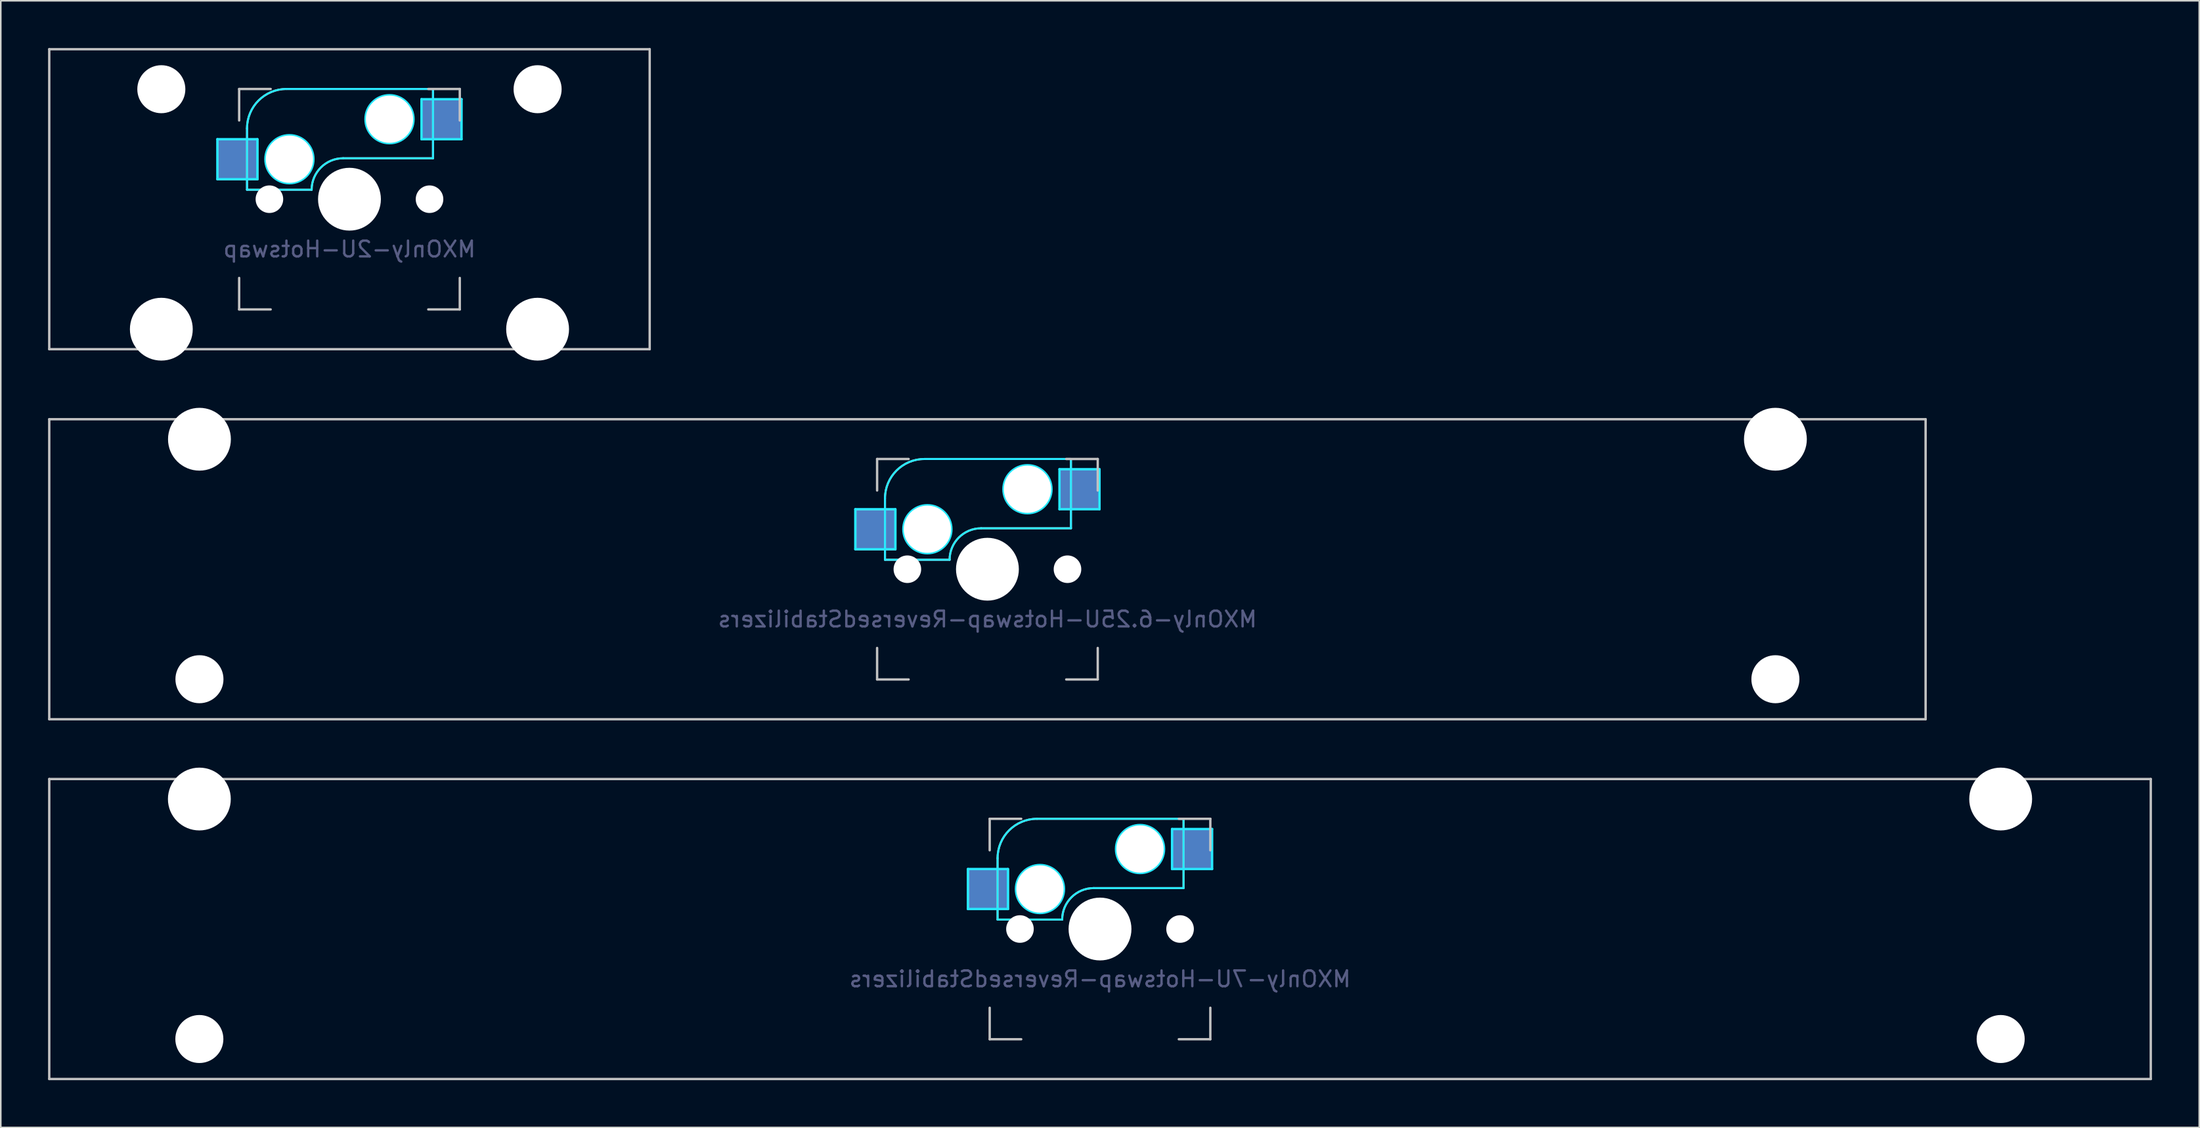
<source format=kicad_pcb>
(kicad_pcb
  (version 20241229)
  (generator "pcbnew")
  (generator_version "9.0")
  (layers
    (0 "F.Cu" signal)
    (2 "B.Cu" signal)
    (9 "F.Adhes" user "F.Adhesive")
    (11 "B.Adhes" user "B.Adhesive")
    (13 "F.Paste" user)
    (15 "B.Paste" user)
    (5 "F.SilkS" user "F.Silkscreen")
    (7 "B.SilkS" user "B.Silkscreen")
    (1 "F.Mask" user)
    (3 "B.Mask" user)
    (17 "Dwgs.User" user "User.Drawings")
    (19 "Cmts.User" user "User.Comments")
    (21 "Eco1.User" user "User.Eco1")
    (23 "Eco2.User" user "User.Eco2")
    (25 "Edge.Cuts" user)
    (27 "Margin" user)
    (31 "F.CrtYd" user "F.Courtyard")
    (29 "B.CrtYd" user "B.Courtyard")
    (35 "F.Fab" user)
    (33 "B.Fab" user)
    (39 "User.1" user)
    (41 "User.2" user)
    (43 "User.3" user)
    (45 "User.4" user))
  (footprint "MXOnly-6.25U-Hotswap-ReversedStabilizers"
    (layer "F.Cu")
    (at 59.606 33.098)
    (property "Reference" "MXOnly-6.25U-Hotswap-ReversedStabilizers" (at 0 3.175 0) (layer "B.Fab") (effects (font (size 1 1) (thickness 0.15)) (justify mirror)))
    (attr smd)
    (fp_line (start -6.5 -4.5) (end -6.5 -0.6) (stroke (width 0.127) (type solid)) (layer "B.SilkS"))
    (fp_line (start -6.5 -0.6) (end -2.4 -0.6) (stroke (width 0.127) (type solid)) (layer "B.SilkS"))
    (fp_line (start -0.4 -2.6) (end 5.3 -2.6) (stroke (width 0.127) (type solid)) (layer "B.SilkS"))
    (fp_line (start 5.3 -7) (end -4 -7) (stroke (width 0.127) (type solid)) (layer "B.SilkS"))
    (fp_line (start 5.3 -7) (end 5.3 -2.6) (stroke (width 0.127) (type solid)) (layer "B.SilkS"))
    (fp_rect (start -8.36 -3.79) (end -5.82 -1.25) (stroke (width 0.1) (type default)) (fill no) (layer "B.SilkS"))
    (fp_rect (start 7.112 -6.35) (end 4.572 -3.81) (stroke (width 0.1) (type default)) (fill no) (layer "B.SilkS"))
    (fp_arc (start -6.500002 -4.499998) (mid -5.76777 -6.267766) (end -4.000002 -6.999998) (stroke (width 0.127) (type solid)) (layer "B.SilkS"))
    (fp_arc (start -2.4 -0.6) (mid -1.814214 -2.014214) (end -0.4 -2.6) (stroke (width 0.127) (type solid)) (layer "B.SilkS"))
    (fp_line (start -59.531 -9.525) (end 59.531 -9.525) (stroke (width 0.15) (type solid)) (layer "Dwgs.User"))
    (fp_line (start -59.531 9.525) (end -59.531 -9.525) (stroke (width 0.15) (type solid)) (layer "Dwgs.User"))
    (fp_line (start -7 -7) (end -7 -5) (stroke (width 0.15) (type solid)) (layer "Dwgs.User"))
    (fp_line (start -7 5) (end -7 7) (stroke (width 0.15) (type solid)) (layer "Dwgs.User"))
    (fp_line (start -7 7) (end -5 7) (stroke (width 0.15) (type solid)) (layer "Dwgs.User"))
    (fp_line (start -5 -7) (end -7 -7) (stroke (width 0.15) (type solid)) (layer "Dwgs.User"))
    (fp_line (start 5 -7) (end 7 -7) (stroke (width 0.15) (type solid)) (layer "Dwgs.User"))
    (fp_line (start 5 7) (end 7 7) (stroke (width 0.15) (type solid)) (layer "Dwgs.User"))
    (fp_line (start 7 -7) (end 7 -5) (stroke (width 0.15) (type solid)) (layer "Dwgs.User"))
    (fp_line (start 7 7) (end 7 5) (stroke (width 0.15) (type solid)) (layer "Dwgs.User"))
    (fp_line (start 59.531 -9.525) (end 59.531 9.525) (stroke (width 0.15) (type solid)) (layer "Dwgs.User"))
    (fp_line (start 59.531 9.525) (end -59.531 9.525) (stroke (width 0.15) (type solid)) (layer "Dwgs.User"))
    (fp_line (start -8.382 -3.81) (end -5.842 -3.81) (stroke (width 0.15) (type solid)) (layer "B.CrtYd"))
    (fp_line (start -8.382 -1.27) (end -8.382 -3.81) (stroke (width 0.15) (type solid)) (layer "B.CrtYd"))
    (fp_line (start -6.5 -4.5) (end -6.5 -0.6) (stroke (width 0.127) (type solid)) (layer "B.CrtYd"))
    (fp_line (start -6.5 -0.6) (end -2.4 -0.6) (stroke (width 0.127) (type solid)) (layer "B.CrtYd"))
    (fp_line (start -5.842 -3.81) (end -5.842 -1.27) (stroke (width 0.15) (type solid)) (layer "B.CrtYd"))
    (fp_line (start -5.842 -1.27) (end -8.382 -1.27) (stroke (width 0.15) (type solid)) (layer "B.CrtYd"))
    (fp_line (start -0.4 -2.6) (end 5.3 -2.6) (stroke (width 0.127) (type solid)) (layer "B.CrtYd"))
    (fp_line (start 4.572 -6.35) (end 7.112 -6.35) (stroke (width 0.15) (type solid)) (layer "B.CrtYd"))
    (fp_line (start 4.572 -3.81) (end 4.572 -6.35) (stroke (width 0.15) (type solid)) (layer "B.CrtYd"))
    (fp_line (start 5.3 -7) (end -4 -7) (stroke (width 0.127) (type solid)) (layer "B.CrtYd"))
    (fp_line (start 5.3 -7) (end 5.3 -2.6) (stroke (width 0.127) (type solid)) (layer "B.CrtYd"))
    (fp_line (start 7.112 -6.35) (end 7.112 -3.81) (stroke (width 0.15) (type solid)) (layer "B.CrtYd"))
    (fp_line (start 7.112 -3.81) (end 4.572 -3.81) (stroke (width 0.15) (type solid)) (layer "B.CrtYd"))
    (fp_arc (start -6.5 -4.5) (mid -5.767767 -6.267767) (end -4 -7) (stroke (width 0.127) (type solid)) (layer "B.CrtYd"))
    (fp_arc (start -2.4 -0.6) (mid -1.814214 -2.014214) (end -0.4 -2.6) (stroke (width 0.127) (type solid)) (layer "B.CrtYd"))
    (fp_circle (center -3.81 -2.54) (end -3.81 -4.064) (stroke (width 0.15) (type solid)) (fill no) (layer "B.CrtYd"))
    (fp_circle (center 2.54 -5.08) (end 2.54 -6.604) (stroke (width 0.15) (type solid)) (fill no) (layer "B.CrtYd"))
    (pad "" np_thru_hole circle (at -50 -8.255) (size 3.988 3.988) (drill 3.988) (layers "*.Cu" "*.Mask"))
    (pad "" np_thru_hole circle (at -50 6.985) (size 3.048 3.048) (drill 3.048) (layers "*.Cu" "*.Mask"))
    (pad "" np_thru_hole circle (at -5.08 0 48.1) (size 1.75 1.75) (drill 1.75) (layers "*.Cu" "*.Mask"))
    (pad "" np_thru_hole circle (at -3.81 -2.54) (size 3 3) (drill 3) (layers "*.Cu" "*.Mask"))
    (pad "" np_thru_hole circle (at 0 0) (size 3.988 3.988) (drill 3.988) (layers "*.Cu" "*.Mask"))
    (pad "" np_thru_hole circle (at 2.54 -5.08) (size 3 3) (drill 3) (layers "*.Cu" "*.Mask"))
    (pad "" np_thru_hole circle (at 5.08 0 48.1) (size 1.75 1.75) (drill 1.75) (layers "*.Cu" "*.Mask"))
    (pad "" np_thru_hole circle (at 50 -8.255) (size 3.988 3.988) (drill 3.988) (layers "*.Cu" "*.Mask"))
    (pad "" np_thru_hole circle (at 50 6.985) (size 3.048 3.048) (drill 3.048) (layers "*.Cu" "*.Mask"))
    (pad "1" smd rect (at -7.085 -2.54) (size 2.55 2.5) (layers "B.Cu" "B.Mask" "B.Paste"))
    (pad "2" smd rect (at 5.842 -5.08) (size 2.55 2.5) (layers "B.Cu" "B.Mask" "B.Paste")))
  (footprint "MXOnly-2U-Hotswap"
    (layer "F.Cu")
    (at 19.125 9.6)
    (property "Reference" "MXOnly-2U-Hotswap" (at 0 3.175 0) (layer "B.Fab") (effects (font (size 1 1) (thickness 0.15)) (justify mirror)))
    (attr smd)
    (fp_line (start -6.5 -4.5) (end -6.5 -0.6) (stroke (width 0.127) (type solid)) (layer "B.SilkS"))
    (fp_line (start -6.5 -0.6) (end -2.4 -0.6) (stroke (width 0.127) (type solid)) (layer "B.SilkS"))
    (fp_line (start -0.4 -2.6) (end 5.3 -2.6) (stroke (width 0.127) (type solid)) (layer "B.SilkS"))
    (fp_line (start 5.3 -7) (end -4 -7) (stroke (width 0.127) (type solid)) (layer "B.SilkS"))
    (fp_line (start 5.3 -7) (end 5.3 -2.6) (stroke (width 0.127) (type solid)) (layer "B.SilkS"))
    (fp_rect (start -8.36 -3.79) (end -5.82 -1.25) (stroke (width 0.1) (type default)) (fill no) (layer "B.SilkS"))
    (fp_rect (start 7.112 -6.35) (end 4.572 -3.81) (stroke (width 0.1) (type default)) (fill no) (layer "B.SilkS"))
    (fp_arc (start -6.500002 -4.499998) (mid -5.76777 -6.267766) (end -4.000002 -6.999998) (stroke (width 0.127) (type solid)) (layer "B.SilkS"))
    (fp_arc (start -2.4 -0.6) (mid -1.814214 -2.014214) (end -0.4 -2.6) (stroke (width 0.127) (type solid)) (layer "B.SilkS"))
    (fp_line (start -19.05 -9.525) (end 19.05 -9.525) (stroke (width 0.15) (type solid)) (layer "Dwgs.User"))
    (fp_line (start -19.05 9.525) (end -19.05 -9.525) (stroke (width 0.15) (type solid)) (layer "Dwgs.User"))
    (fp_line (start -7 -7) (end -7 -5) (stroke (width 0.15) (type solid)) (layer "Dwgs.User"))
    (fp_line (start -7 5) (end -7 7) (stroke (width 0.15) (type solid)) (layer "Dwgs.User"))
    (fp_line (start -7 7) (end -5 7) (stroke (width 0.15) (type solid)) (layer "Dwgs.User"))
    (fp_line (start -5 -7) (end -7 -7) (stroke (width 0.15) (type solid)) (layer "Dwgs.User"))
    (fp_line (start 5 -7) (end 7 -7) (stroke (width 0.15) (type solid)) (layer "Dwgs.User"))
    (fp_line (start 5 7) (end 7 7) (stroke (width 0.15) (type solid)) (layer "Dwgs.User"))
    (fp_line (start 7 -7) (end 7 -5) (stroke (width 0.15) (type solid)) (layer "Dwgs.User"))
    (fp_line (start 7 7) (end 7 5) (stroke (width 0.15) (type solid)) (layer "Dwgs.User"))
    (fp_line (start 19.05 -9.525) (end 19.05 9.525) (stroke (width 0.15) (type solid)) (layer "Dwgs.User"))
    (fp_line (start 19.05 9.525) (end -19.05 9.525) (stroke (width 0.15) (type solid)) (layer "Dwgs.User"))
    (fp_line (start -8.382 -3.81) (end -5.842 -3.81) (stroke (width 0.15) (type solid)) (layer "B.CrtYd"))
    (fp_line (start -8.382 -1.27) (end -8.382 -3.81) (stroke (width 0.15) (type solid)) (layer "B.CrtYd"))
    (fp_line (start -6.5 -4.5) (end -6.5 -0.6) (stroke (width 0.127) (type solid)) (layer "B.CrtYd"))
    (fp_line (start -6.5 -0.6) (end -2.4 -0.6) (stroke (width 0.127) (type solid)) (layer "B.CrtYd"))
    (fp_line (start -5.842 -3.81) (end -5.842 -1.27) (stroke (width 0.15) (type solid)) (layer "B.CrtYd"))
    (fp_line (start -5.842 -1.27) (end -8.382 -1.27) (stroke (width 0.15) (type solid)) (layer "B.CrtYd"))
    (fp_line (start -0.4 -2.6) (end 5.3 -2.6) (stroke (width 0.127) (type solid)) (layer "B.CrtYd"))
    (fp_line (start 4.572 -6.35) (end 7.112 -6.35) (stroke (width 0.15) (type solid)) (layer "B.CrtYd"))
    (fp_line (start 4.572 -3.81) (end 4.572 -6.35) (stroke (width 0.15) (type solid)) (layer "B.CrtYd"))
    (fp_line (start 5.3 -7) (end -4 -7) (stroke (width 0.127) (type solid)) (layer "B.CrtYd"))
    (fp_line (start 5.3 -7) (end 5.3 -2.6) (stroke (width 0.127) (type solid)) (layer "B.CrtYd"))
    (fp_line (start 7.112 -6.35) (end 7.112 -3.81) (stroke (width 0.15) (type solid)) (layer "B.CrtYd"))
    (fp_line (start 7.112 -3.81) (end 4.572 -3.81) (stroke (width 0.15) (type solid)) (layer "B.CrtYd"))
    (fp_arc (start -6.5 -4.5) (mid -5.767767 -6.267767) (end -4 -7) (stroke (width 0.127) (type solid)) (layer "B.CrtYd"))
    (fp_arc (start -2.4 -0.6) (mid -1.814214 -2.014214) (end -0.4 -2.6) (stroke (width 0.127) (type solid)) (layer "B.CrtYd"))
    (fp_circle (center -3.81 -2.54) (end -3.81 -4.064) (stroke (width 0.15) (type solid)) (fill no) (layer "B.CrtYd"))
    (fp_circle (center 2.54 -5.08) (end 2.54 -6.604) (stroke (width 0.15) (type solid)) (fill no) (layer "B.CrtYd"))
    (pad "" np_thru_hole circle (at -11.938 -6.985) (size 3.048 3.048) (drill 3.048) (layers "*.Cu" "*.Mask"))
    (pad "" np_thru_hole circle (at -11.938 8.255) (size 3.988 3.988) (drill 3.988) (layers "*.Cu" "*.Mask"))
    (pad "" np_thru_hole circle (at -5.08 0 48.1) (size 1.75 1.75) (drill 1.75) (layers "*.Cu" "*.Mask"))
    (pad "" np_thru_hole circle (at -3.81 -2.54) (size 3 3) (drill 3) (layers "*.Cu" "*.Mask"))
    (pad "" np_thru_hole circle (at 0 0) (size 3.988 3.988) (drill 3.988) (layers "*.Cu" "*.Mask"))
    (pad "" np_thru_hole circle (at 2.54 -5.08) (size 3 3) (drill 3) (layers "*.Cu" "*.Mask"))
    (pad "" np_thru_hole circle (at 5.08 0 48.1) (size 1.75 1.75) (drill 1.75) (layers "*.Cu" "*.Mask"))
    (pad "" np_thru_hole circle (at 11.938 -6.985) (size 3.048 3.048) (drill 3.048) (layers "*.Cu" "*.Mask"))
    (pad "" np_thru_hole circle (at 11.938 8.255) (size 3.988 3.988) (drill 3.988) (layers "*.Cu" "*.Mask"))
    (pad "1" smd rect (at -7.085 -2.54) (size 2.55 2.5) (layers "B.Cu" "B.Mask" "B.Paste"))
    (pad "2" smd rect (at 5.842 -5.08) (size 2.55 2.5) (layers "B.Cu" "B.Mask" "B.Paste")))
  (footprint "MXOnly-7U-Hotswap-ReversedStabilizers"
    (layer "F.Cu")
    (at 66.75 55.947)
    (property "Reference" "MXOnly-7U-Hotswap-ReversedStabilizers" (at 0 3.175 0) (layer "B.Fab") (effects (font (size 1 1) (thickness 0.15)) (justify mirror)))
    (attr smd)
    (fp_line (start -6.5 -4.5) (end -6.5 -0.6) (stroke (width 0.127) (type solid)) (layer "B.SilkS"))
    (fp_line (start -6.5 -0.6) (end -2.4 -0.6) (stroke (width 0.127) (type solid)) (layer "B.SilkS"))
    (fp_line (start -0.4 -2.6) (end 5.3 -2.6) (stroke (width 0.127) (type solid)) (layer "B.SilkS"))
    (fp_line (start 5.3 -7) (end -4 -7) (stroke (width 0.127) (type solid)) (layer "B.SilkS"))
    (fp_line (start 5.3 -7) (end 5.3 -2.6) (stroke (width 0.127) (type solid)) (layer "B.SilkS"))
    (fp_rect (start -8.36 -3.79) (end -5.82 -1.25) (stroke (width 0.1) (type default)) (fill no) (layer "B.SilkS"))
    (fp_rect (start 7.112 -6.35) (end 4.572 -3.81) (stroke (width 0.1) (type default)) (fill no) (layer "B.SilkS"))
    (fp_arc (start -6.500002 -4.499998) (mid -5.76777 -6.267766) (end -4.000002 -6.999998) (stroke (width 0.127) (type solid)) (layer "B.SilkS"))
    (fp_arc (start -2.4 -0.6) (mid -1.814214 -2.014214) (end -0.4 -2.6) (stroke (width 0.127) (type solid)) (layer "B.SilkS"))
    (fp_line (start -66.675 -9.525) (end 66.675 -9.525) (stroke (width 0.15) (type solid)) (layer "Dwgs.User"))
    (fp_line (start -66.675 9.525) (end -66.675 -9.525) (stroke (width 0.15) (type solid)) (layer "Dwgs.User"))
    (fp_line (start -7 -7) (end -7 -5) (stroke (width 0.15) (type solid)) (layer "Dwgs.User"))
    (fp_line (start -7 5) (end -7 7) (stroke (width 0.15) (type solid)) (layer "Dwgs.User"))
    (fp_line (start -7 7) (end -5 7) (stroke (width 0.15) (type solid)) (layer "Dwgs.User"))
    (fp_line (start -5 -7) (end -7 -7) (stroke (width 0.15) (type solid)) (layer "Dwgs.User"))
    (fp_line (start 5 -7) (end 7 -7) (stroke (width 0.15) (type solid)) (layer "Dwgs.User"))
    (fp_line (start 5 7) (end 7 7) (stroke (width 0.15) (type solid)) (layer "Dwgs.User"))
    (fp_line (start 7 -7) (end 7 -5) (stroke (width 0.15) (type solid)) (layer "Dwgs.User"))
    (fp_line (start 7 7) (end 7 5) (stroke (width 0.15) (type solid)) (layer "Dwgs.User"))
    (fp_line (start 66.675 -9.525) (end 66.675 9.525) (stroke (width 0.15) (type solid)) (layer "Dwgs.User"))
    (fp_line (start 66.675 9.525) (end -66.675 9.525) (stroke (width 0.15) (type solid)) (layer "Dwgs.User"))
    (fp_line (start -8.382 -3.81) (end -5.842 -3.81) (stroke (width 0.15) (type solid)) (layer "B.CrtYd"))
    (fp_line (start -8.382 -1.27) (end -8.382 -3.81) (stroke (width 0.15) (type solid)) (layer "B.CrtYd"))
    (fp_line (start -6.5 -4.5) (end -6.5 -0.6) (stroke (width 0.127) (type solid)) (layer "B.CrtYd"))
    (fp_line (start -6.5 -0.6) (end -2.4 -0.6) (stroke (width 0.127) (type solid)) (layer "B.CrtYd"))
    (fp_line (start -5.842 -3.81) (end -5.842 -1.27) (stroke (width 0.15) (type solid)) (layer "B.CrtYd"))
    (fp_line (start -5.842 -1.27) (end -8.382 -1.27) (stroke (width 0.15) (type solid)) (layer "B.CrtYd"))
    (fp_line (start -0.4 -2.6) (end 5.3 -2.6) (stroke (width 0.127) (type solid)) (layer "B.CrtYd"))
    (fp_line (start 4.572 -6.35) (end 7.112 -6.35) (stroke (width 0.15) (type solid)) (layer "B.CrtYd"))
    (fp_line (start 4.572 -3.81) (end 4.572 -6.35) (stroke (width 0.15) (type solid)) (layer "B.CrtYd"))
    (fp_line (start 5.3 -7) (end -4 -7) (stroke (width 0.127) (type solid)) (layer "B.CrtYd"))
    (fp_line (start 5.3 -7) (end 5.3 -2.6) (stroke (width 0.127) (type solid)) (layer "B.CrtYd"))
    (fp_line (start 7.112 -6.35) (end 7.112 -3.81) (stroke (width 0.15) (type solid)) (layer "B.CrtYd"))
    (fp_line (start 7.112 -3.81) (end 4.572 -3.81) (stroke (width 0.15) (type solid)) (layer "B.CrtYd"))
    (fp_arc (start -6.5 -4.5) (mid -5.767767 -6.267767) (end -4 -7) (stroke (width 0.127) (type solid)) (layer "B.CrtYd"))
    (fp_arc (start -2.4 -0.6) (mid -1.814214 -2.014214) (end -0.4 -2.6) (stroke (width 0.127) (type solid)) (layer "B.CrtYd"))
    (fp_circle (center -3.81 -2.54) (end -3.81 -4.064) (stroke (width 0.15) (type solid)) (fill no) (layer "B.CrtYd"))
    (fp_circle (center 2.54 -5.08) (end 2.54 -6.604) (stroke (width 0.15) (type solid)) (fill no) (layer "B.CrtYd"))
    (pad "" np_thru_hole circle (at -57.15 -8.255) (size 3.988 3.988) (drill 3.988) (layers "*.Cu" "*.Mask"))
    (pad "" np_thru_hole circle (at -57.15 6.985) (size 3.048 3.048) (drill 3.048) (layers "*.Cu" "*.Mask"))
    (pad "" np_thru_hole circle (at -5.08 0 48.1) (size 1.75 1.75) (drill 1.75) (layers "*.Cu" "*.Mask"))
    (pad "" np_thru_hole circle (at -3.81 -2.54) (size 3 3) (drill 3) (layers "*.Cu" "*.Mask"))
    (pad "" np_thru_hole circle (at 0 0) (size 3.988 3.988) (drill 3.988) (layers "*.Cu" "*.Mask"))
    (pad "" np_thru_hole circle (at 2.54 -5.08) (size 3 3) (drill 3) (layers "*.Cu" "*.Mask"))
    (pad "" np_thru_hole circle (at 5.08 0 48.1) (size 1.75 1.75) (drill 1.75) (layers "*.Cu" "*.Mask"))
    (pad "" np_thru_hole circle (at 57.15 -8.255) (size 3.988 3.988) (drill 3.988) (layers "*.Cu" "*.Mask"))
    (pad "" np_thru_hole circle (at 57.15 6.985) (size 3.048 3.048) (drill 3.048) (layers "*.Cu" "*.Mask"))
    (pad "1" smd rect (at -7.085 -2.54) (size 2.55 2.5) (layers "B.Cu" "B.Mask" "B.Paste"))
    (pad "2" smd rect (at 5.842 -5.08) (size 2.55 2.5) (layers "B.Cu" "B.Mask" "B.Paste")))
  (gr_rect
    (start -3 -3)
    (end 136.5 68.547)
    (stroke (width 0.1) (type default))
    (fill no)
    (layer "Edge.Cuts")))
</source>
